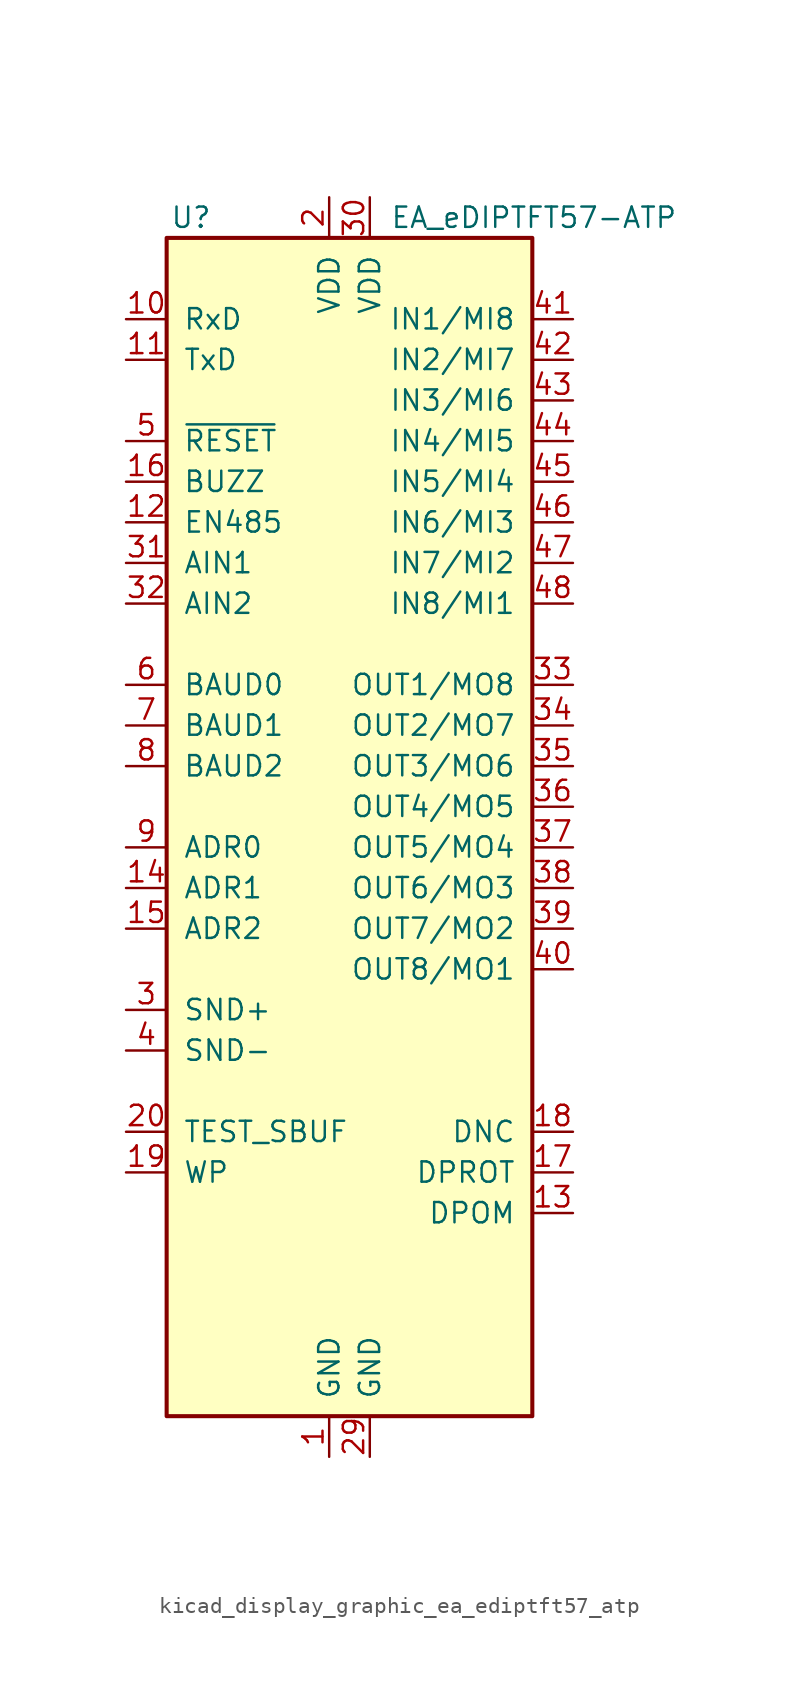
<source format=kicad_sym>
(kicad_symbol_lib
  (version 20220914)
  (generator kicad_symbol_editor)
  (symbol "kicad_display_graphic_ea_ediptft57_atp"
    (pin_names
      (offset 1.016))
    (property "Reference" "U"
      (at -8.636 36.83 0)
      (effects (font (size 1.27 1.27))))
    (property "Value" "EA_eDIPTFT57-ATP"
      (at 3.81 36.83 0)
      (effects (font (size 1.27 1.27)) (justify left)))
    (symbol "kicad_display_graphic_ea_ediptft57_atp_0_1"
      (rectangle (start -10.16 35.56) (end 12.7 -38.1) (stroke (width 0.254) (type default)) (fill (type background))))
    (symbol "kicad_display_graphic_ea_ediptft57_atp_1_1"
      (pin power_in line (at 0 -40.64 90) (length 2.54) (name "GND" (effects (font (size 1.27 1.27)))) (number "1" (effects (font (size 1.27 1.27)))))
      (pin input line (at -12.7 30.48 0) (length 2.54) (name "RxD" (effects (font (size 1.27 1.27)))) (number "10" (effects (font (size 1.27 1.27)))))
      (pin output line (at -12.7 27.94 0) (length 2.54) (name "TxD" (effects (font (size 1.27 1.27)))) (number "11" (effects (font (size 1.27 1.27)))))
      (pin output line (at -12.7 17.78 0) (length 2.54) (name "EN485" (effects (font (size 1.27 1.27)))) (number "12" (effects (font (size 1.27 1.27)))))
      (pin input line (at 15.24 -25.4 180) (length 2.54) (name "DPOM" (effects (font (size 1.27 1.27)))) (number "13" (effects (font (size 1.27 1.27)))))
      (pin input line (at -12.7 -5.08 0) (length 2.54) (name "ADR1" (effects (font (size 1.27 1.27)))) (number "14" (effects (font (size 1.27 1.27)))))
      (pin input line (at -12.7 -7.62 0) (length 2.54) (name "ADR2" (effects (font (size 1.27 1.27)))) (number "15" (effects (font (size 1.27 1.27)))))
      (pin output line (at -12.7 20.32 0) (length 2.54) (name "BUZZ" (effects (font (size 1.27 1.27)))) (number "16" (effects (font (size 1.27 1.27)))))
      (pin input line (at 15.24 -22.86 180) (length 2.54) (name "DPROT" (effects (font (size 1.27 1.27)))) (number "17" (effects (font (size 1.27 1.27)))))
      (pin output line (at 15.24 -20.32 180) (length 2.54) (name "DNC" (effects (font (size 1.27 1.27)))) (number "18" (effects (font (size 1.27 1.27)))))
      (pin input line (at -12.7 -22.86 0) (length 2.54) (name "WP" (effects (font (size 1.27 1.27)))) (number "19" (effects (font (size 1.27 1.27)))))
      (pin power_in line (at 0 38.1 270) (length 2.54) (name "VDD" (effects (font (size 1.27 1.27)))) (number "2" (effects (font (size 1.27 1.27)))))
      (pin bidirectional line (at -12.7 -20.32 0) (length 2.54) (name "TEST_SBUF" (effects (font (size 1.27 1.27)))) (number "20" (effects (font (size 1.27 1.27)))))
      (pin no_connect line (at -10.16 -27.94 0) (length 2.54) hide (name "NC" (effects (font (size 1.27 1.27)))) (number "21" (effects (font (size 1.27 1.27)))))
      (pin no_connect line (at -10.16 -30.48 0) (length 2.54) hide (name "NC" (effects (font (size 1.27 1.27)))) (number "22" (effects (font (size 1.27 1.27)))))
      (pin no_connect line (at -10.16 -33.02 0) (length 2.54) hide (name "NC" (effects (font (size 1.27 1.27)))) (number "23" (effects (font (size 1.27 1.27)))))
      (pin no_connect line (at -10.16 -35.56 0) (length 2.54) hide (name "NC" (effects (font (size 1.27 1.27)))) (number "24" (effects (font (size 1.27 1.27)))))
      (pin no_connect line (at 12.7 -35.56 180) (length 2.54) hide (name "NC" (effects (font (size 1.27 1.27)))) (number "25" (effects (font (size 1.27 1.27)))))
      (pin no_connect line (at 12.7 -33.02 180) (length 2.54) hide (name "NC" (effects (font (size 1.27 1.27)))) (number "26" (effects (font (size 1.27 1.27)))))
      (pin no_connect line (at 12.7 -30.48 180) (length 2.54) hide (name "NC" (effects (font (size 1.27 1.27)))) (number "27" (effects (font (size 1.27 1.27)))))
      (pin no_connect line (at 12.7 -27.94 180) (length 2.54) hide (name "NC" (effects (font (size 1.27 1.27)))) (number "28" (effects (font (size 1.27 1.27)))))
      (pin power_in line (at 2.54 -40.64 90) (length 2.54) (name "GND" (effects (font (size 1.27 1.27)))) (number "29" (effects (font (size 1.27 1.27)))))
      (pin output line (at -12.7 -12.7 0) (length 2.54) (name "SND+" (effects (font (size 1.27 1.27)))) (number "3" (effects (font (size 1.27 1.27)))))
      (pin power_in line (at 2.54 38.1 270) (length 2.54) (name "VDD" (effects (font (size 1.27 1.27)))) (number "30" (effects (font (size 1.27 1.27)))))
      (pin input line (at -12.7 15.24 0) (length 2.54) (name "AIN1" (effects (font (size 1.27 1.27)))) (number "31" (effects (font (size 1.27 1.27)))))
      (pin input line (at -12.7 12.7 0) (length 2.54) (name "AIN2" (effects (font (size 1.27 1.27)))) (number "32" (effects (font (size 1.27 1.27)))))
      (pin output line (at 15.24 7.62 180) (length 2.54) (name "OUT1/MO8" (effects (font (size 1.27 1.27)))) (number "33" (effects (font (size 1.27 1.27)))))
      (pin output line (at 15.24 5.08 180) (length 2.54) (name "OUT2/MO7" (effects (font (size 1.27 1.27)))) (number "34" (effects (font (size 1.27 1.27)))))
      (pin output line (at 15.24 2.54 180) (length 2.54) (name "OUT3/MO6" (effects (font (size 1.27 1.27)))) (number "35" (effects (font (size 1.27 1.27)))))
      (pin output line (at 15.24 0 180) (length 2.54) (name "OUT4/MO5" (effects (font (size 1.27 1.27)))) (number "36" (effects (font (size 1.27 1.27)))))
      (pin output line (at 15.24 -2.54 180) (length 2.54) (name "OUT5/MO4" (effects (font (size 1.27 1.27)))) (number "37" (effects (font (size 1.27 1.27)))))
      (pin output line (at 15.24 -5.08 180) (length 2.54) (name "OUT6/MO3" (effects (font (size 1.27 1.27)))) (number "38" (effects (font (size 1.27 1.27)))))
      (pin output line (at 15.24 -7.62 180) (length 2.54) (name "OUT7/MO2" (effects (font (size 1.27 1.27)))) (number "39" (effects (font (size 1.27 1.27)))))
      (pin input line (at -12.7 -15.24 0) (length 2.54) (name "SND-" (effects (font (size 1.27 1.27)))) (number "4" (effects (font (size 1.27 1.27)))))
      (pin output line (at 15.24 -10.16 180) (length 2.54) (name "OUT8/MO1" (effects (font (size 1.27 1.27)))) (number "40" (effects (font (size 1.27 1.27)))))
      (pin input line (at 15.24 30.48 180) (length 2.54) (name "IN1/MI8" (effects (font (size 1.27 1.27)))) (number "41" (effects (font (size 1.27 1.27)))))
      (pin input line (at 15.24 27.94 180) (length 2.54) (name "IN2/MI7" (effects (font (size 1.27 1.27)))) (number "42" (effects (font (size 1.27 1.27)))))
      (pin input line (at 15.24 25.4 180) (length 2.54) (name "IN3/MI6" (effects (font (size 1.27 1.27)))) (number "43" (effects (font (size 1.27 1.27)))))
      (pin input line (at 15.24 22.86 180) (length 2.54) (name "IN4/MI5" (effects (font (size 1.27 1.27)))) (number "44" (effects (font (size 1.27 1.27)))))
      (pin input line (at 15.24 20.32 180) (length 2.54) (name "IN5/MI4" (effects (font (size 1.27 1.27)))) (number "45" (effects (font (size 1.27 1.27)))))
      (pin input line (at 15.24 17.78 180) (length 2.54) (name "IN6/MI3" (effects (font (size 1.27 1.27)))) (number "46" (effects (font (size 1.27 1.27)))))
      (pin input line (at 15.24 15.24 180) (length 2.54) (name "IN7/MI2" (effects (font (size 1.27 1.27)))) (number "47" (effects (font (size 1.27 1.27)))))
      (pin input line (at 15.24 12.7 180) (length 2.54) (name "IN8/MI1" (effects (font (size 1.27 1.27)))) (number "48" (effects (font (size 1.27 1.27)))))
      (pin input line (at -12.7 22.86 0) (length 2.54) (name "~{RESET}" (effects (font (size 1.27 1.27)))) (number "5" (effects (font (size 1.27 1.27)))))
      (pin input line (at -12.7 7.62 0) (length 2.54) (name "BAUD0" (effects (font (size 1.27 1.27)))) (number "6" (effects (font (size 1.27 1.27)))))
      (pin input line (at -12.7 5.08 0) (length 2.54) (name "BAUD1" (effects (font (size 1.27 1.27)))) (number "7" (effects (font (size 1.27 1.27)))))
      (pin input line (at -12.7 2.54 0) (length 2.54) (name "BAUD2" (effects (font (size 1.27 1.27)))) (number "8" (effects (font (size 1.27 1.27)))))
      (pin input line (at -12.7 -2.54 0) (length 2.54) (name "ADR0" (effects (font (size 1.27 1.27)))) (number "9" (effects (font (size 1.27 1.27))))))))
</source>
